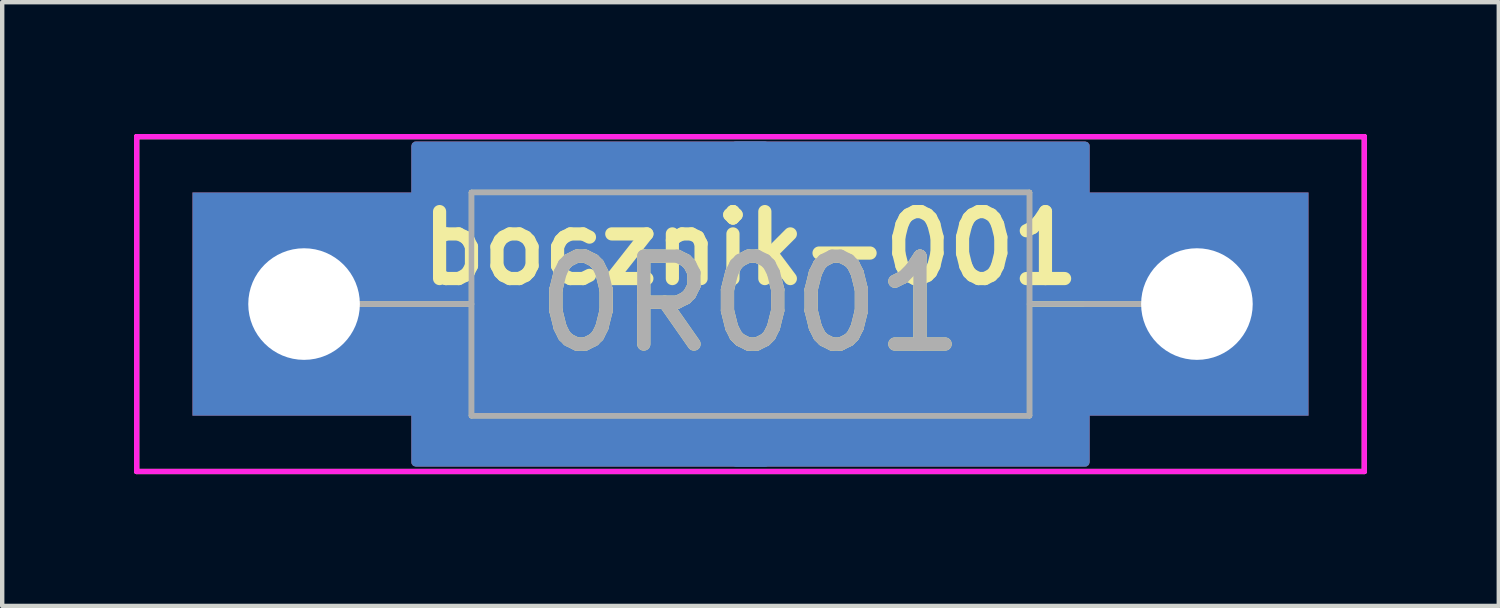
<source format=kicad_pcb>
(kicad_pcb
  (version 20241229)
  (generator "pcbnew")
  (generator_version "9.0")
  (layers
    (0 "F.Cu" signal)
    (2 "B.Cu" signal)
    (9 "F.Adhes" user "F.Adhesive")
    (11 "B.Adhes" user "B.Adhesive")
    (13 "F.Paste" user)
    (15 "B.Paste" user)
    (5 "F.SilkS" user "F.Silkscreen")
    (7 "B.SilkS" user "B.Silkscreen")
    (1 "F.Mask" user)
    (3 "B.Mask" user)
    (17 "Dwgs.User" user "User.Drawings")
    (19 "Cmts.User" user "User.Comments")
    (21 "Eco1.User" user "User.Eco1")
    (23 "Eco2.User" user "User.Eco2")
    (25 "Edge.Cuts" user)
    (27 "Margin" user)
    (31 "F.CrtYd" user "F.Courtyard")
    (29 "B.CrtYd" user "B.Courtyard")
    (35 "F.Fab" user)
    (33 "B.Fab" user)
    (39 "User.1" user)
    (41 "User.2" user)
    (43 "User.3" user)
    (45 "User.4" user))
  (footprint "bocznik-001"
    (layer "F.Cu")
    (at 14.03 3.87)
    (property "Reference" "bocznik-001" (at 0 -1.27 0) (layer "F.SilkS") (effects (font (size 1.524 1.524) (thickness 0.3))))
    (attr exclude_from_pos_files exclude_from_bom)
    (fp_line (start -13.97 -3.81) (end 13.97 -3.81) (stroke (width 0.12) (type solid)) (layer "F.SilkS"))
    (fp_line (start -13.97 3.81) (end -13.97 -3.81) (stroke (width 0.12) (type solid)) (layer "F.SilkS"))
    (fp_line (start -8.89 0) (end -6.35 0) (stroke (width 0.12) (type solid)) (layer "F.SilkS"))
    (fp_line (start -6.35 -2.54) (end 6.35 -2.54) (stroke (width 0.12) (type solid)) (layer "F.SilkS"))
    (fp_line (start -6.35 0) (end -6.35 -2.54) (stroke (width 0.12) (type solid)) (layer "F.SilkS"))
    (fp_line (start -6.35 2.54) (end -6.35 0) (stroke (width 0.12) (type solid)) (layer "F.SilkS"))
    (fp_line (start 6.35 -2.54) (end 6.35 2.54) (stroke (width 0.12) (type solid)) (layer "F.SilkS"))
    (fp_line (start 6.35 0) (end 8.89 0) (stroke (width 0.12) (type solid)) (layer "F.SilkS"))
    (fp_line (start 6.35 2.54) (end -6.35 2.54) (stroke (width 0.12) (type solid)) (layer "F.SilkS"))
    (fp_line (start 13.97 -3.81) (end 13.97 3.81) (stroke (width 0.12) (type solid)) (layer "F.SilkS"))
    (fp_line (start 13.97 3.81) (end -13.97 3.81) (stroke (width 0.12) (type solid)) (layer "F.SilkS"))
    (fp_line (start -13.97 -3.81) (end 13.97 -3.81) (stroke (width 0.12) (type solid)) (layer "F.CrtYd"))
    (fp_line (start -13.97 3.81) (end -13.97 -3.81) (stroke (width 0.12) (type solid)) (layer "F.CrtYd"))
    (fp_line (start 13.97 -3.81) (end 13.97 3.81) (stroke (width 0.12) (type solid)) (layer "F.CrtYd"))
    (fp_line (start 13.97 3.81) (end -13.97 3.81) (stroke (width 0.12) (type solid)) (layer "F.CrtYd"))
    (fp_line (start -10.16 0) (end -6.35 0) (stroke (width 0.12) (type solid)) (layer "F.Fab"))
    (fp_line (start -10.16 0) (end -6.35 0) (stroke (width 0.12) (type solid)) (layer "F.Fab"))
    (fp_line (start -6.35 -2.54) (end 6.35 -2.54) (stroke (width 0.12) (type solid)) (layer "F.Fab"))
    (fp_line (start -6.35 -2.54) (end 6.35 -2.54) (stroke (width 0.12) (type solid)) (layer "F.Fab"))
    (fp_line (start -6.35 0) (end -6.35 -2.54) (stroke (width 0.12) (type solid)) (layer "F.Fab"))
    (fp_line (start -6.35 0) (end -6.35 -2.54) (stroke (width 0.12) (type solid)) (layer "F.Fab"))
    (fp_line (start -6.35 2.54) (end -6.35 0) (stroke (width 0.12) (type solid)) (layer "F.Fab"))
    (fp_line (start -6.35 2.54) (end -6.35 0) (stroke (width 0.12) (type solid)) (layer "F.Fab"))
    (fp_line (start 6.35 -2.54) (end 6.35 2.54) (stroke (width 0.12) (type solid)) (layer "F.Fab"))
    (fp_line (start 6.35 -2.54) (end 6.35 2.54) (stroke (width 0.12) (type solid)) (layer "F.Fab"))
    (fp_line (start 6.35 2.54) (end -6.35 2.54) (stroke (width 0.12) (type solid)) (layer "F.Fab"))
    (fp_line (start 6.35 2.54) (end -6.35 2.54) (stroke (width 0.12) (type solid)) (layer "F.Fab"))
    (fp_line (start 7.62 0) (end 10.16 0) (stroke (width 0.12) (type solid)) (layer "F.Fab"))
    (fp_line (start 10.16 0) (end 6.35 0) (stroke (width 0.12) (type solid)) (layer "F.Fab"))
    (fp_text user "0R001" (at 0 0 0) (layer "F.SilkS") (effects (font (size 2 2) (thickness 0.3))))
    (fp_text user "0R001" (at 0 0 0) (layer "F.Fab") (effects (font (size 2 2) (thickness 0.3))))
    (pad "1" thru_hole custom (at -10.16 0) (size 5.08 5.08) (drill 2.54) (layers "B.Cu" "B.Mask") (options (anchor rect)) (primitives (gr_poly (pts (xy 2.54 3.6) (xy 2.54 -3.6) (xy 10.5 -3.6) (xy 10.5 3.6)) (width 0.2) (fill yes))))
    (pad "2" thru_hole custom (at 10.16 0 180) (size 5.08 5.08) (drill 2.54) (layers "B.Cu" "B.Mask") (options (anchor rect)) (primitives (gr_poly (pts (xy 2.54 3.6) (xy 2.54 -3.6) (xy 10.5 -3.6) (xy 10.5 3.6)) (width 0.2) (fill yes)))))
  (gr_rect
    (start -3 -3)
    (end 31.06 10.74)
    (stroke (width 0.1) (type default))
    (fill no)
    (layer "Edge.Cuts")))
</source>
